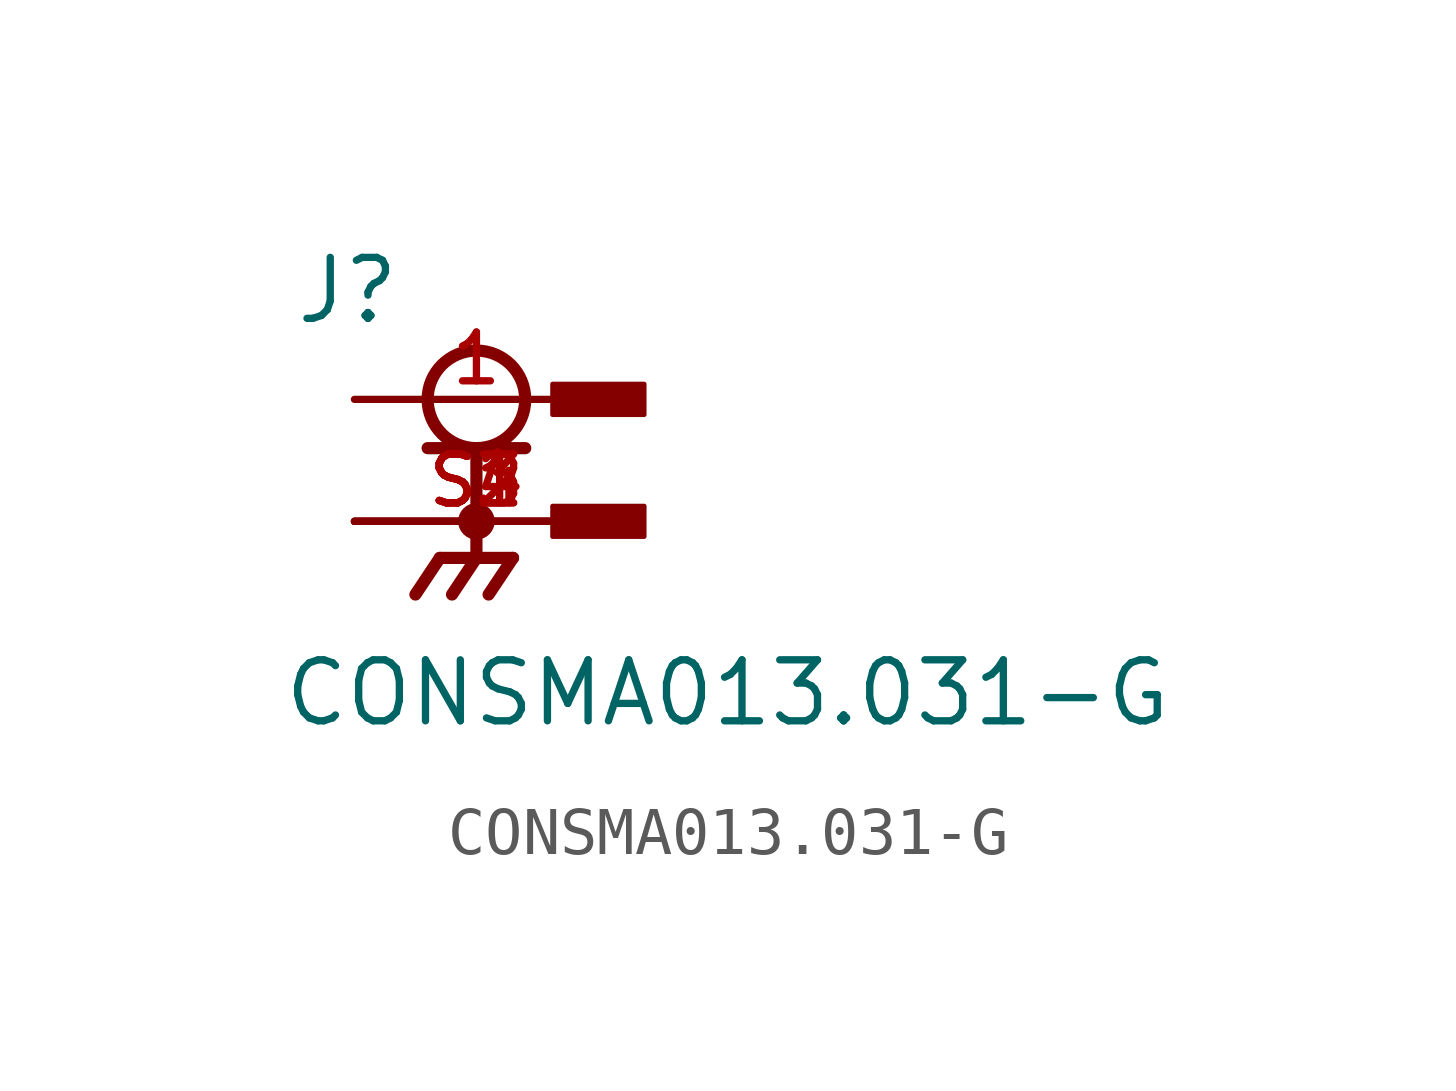
<source format=kicad_sym>
(kicad_symbol_lib
  (version 20211014)
  (generator kicad_symbol_editor)
  (symbol "CONSMA013.031-G"
    (pin_names
      (offset 1.016))
    (property "Reference" "J"
      (at -3.81 1.524 0)
      (effects (font (size 1.27 1.27)) (justify bottom left)))
    (property "Value" "CONSMA013.031-G"
      (at -4.064 -6.858 0)
      (effects (font (size 1.27 1.27)) (justify bottom left)))
    (symbol "CONSMA013.031-G_0_0"
      (circle (center 0.0 0.0) (radius 1.016) (stroke (width 0.254)) (fill (type none)))
      (polyline (pts (xy -1.016 -1.016) (xy 0.0 -1.016)) (stroke (width 0.254)))
      (polyline (pts (xy 0.0 -1.016) (xy 1.016 -1.016)) (stroke (width 0.254)))
      (polyline (pts (xy 0.0 -1.016) (xy 0.0 -3.302)) (stroke (width 0.254)))
      (circle (center 0.0 -2.54) (radius 0.254) (stroke (width 0.254)) (fill (type none)))
      (polyline (pts (xy 0.0 -3.302) (xy -0.762 -3.302)) (stroke (width 0.254)))
      (polyline (pts (xy 0.0 -3.302) (xy 0.762 -3.302)) (stroke (width 0.254)))
      (polyline (pts (xy -0.762 -3.302) (xy -1.27 -4.064)) (stroke (width 0.254)))
      (polyline (pts (xy 0.0 -3.302) (xy -0.508 -4.064)) (stroke (width 0.254)))
      (polyline (pts (xy 0.762 -3.302) (xy 0.254 -4.064)) (stroke (width 0.254)))
      (rectangle (start 1.587 -0.318) (end 3.493 0.318) (stroke (width 0.1)) (fill (type outline)))
      (rectangle (start 1.587 -2.857) (end 3.493 -2.223) (stroke (width 0.1)) (fill (type outline)))
      (pin passive line (at -2.54 0.0 0) (length 5.08) (name "~" (effects (font (size 1.016 1.016)))) (number "1" (effects (font (size 1.016 1.016)))))
      (pin passive line (at -2.54 -2.54 0) (length 5.08) (name "~" (effects (font (size 1.016 1.016)))) (number "S1" (effects (font (size 1.016 1.016)))))
      (pin passive line (at -2.54 -2.54 0) (length 5.08) (name "~" (effects (font (size 1.016 1.016)))) (number "S2" (effects (font (size 1.016 1.016)))))
      (pin passive line (at -2.54 -2.54 0) (length 5.08) (name "~" (effects (font (size 1.016 1.016)))) (number "S3" (effects (font (size 1.016 1.016)))))
      (pin passive line (at -2.54 -2.54 0) (length 5.08) (name "~" (effects (font (size 1.016 1.016)))) (number "S4" (effects (font (size 1.016 1.016))))))))
</source>
